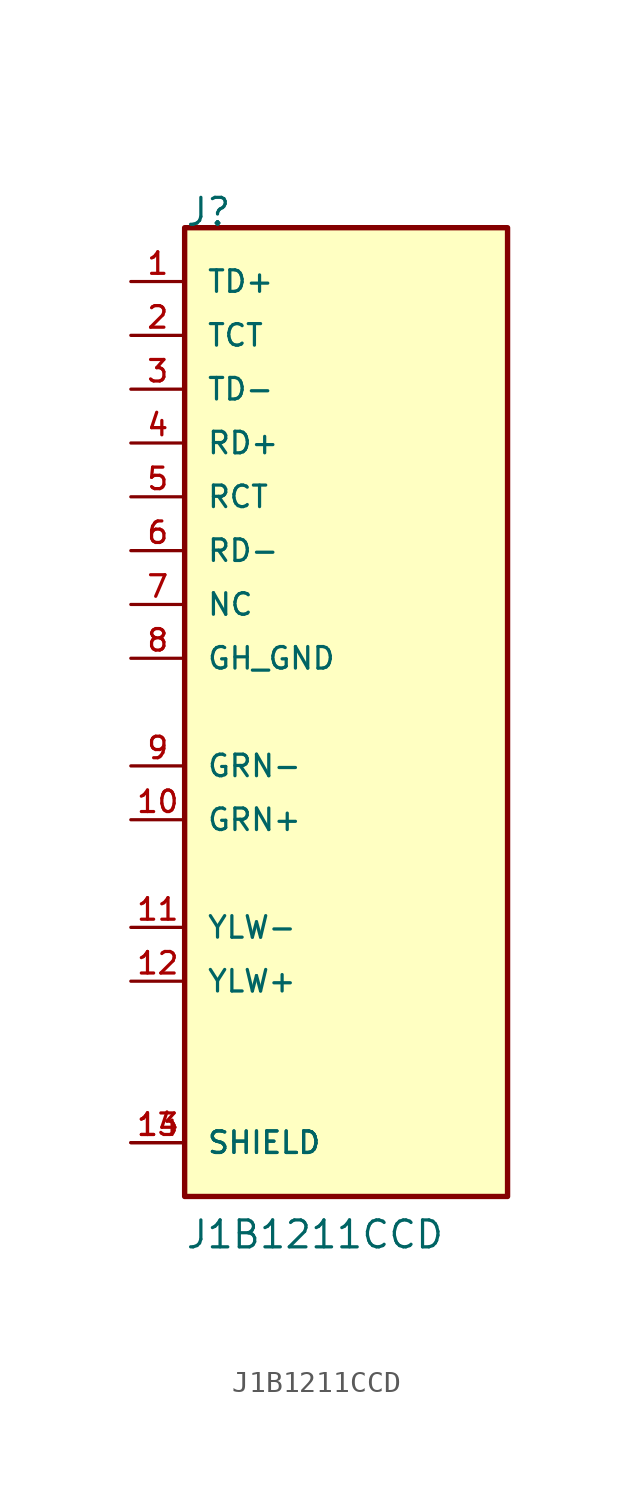
<source format=kicad_sym>
(kicad_symbol_lib
  (version 20211014)
  (generator kicad_symbol_editor)
  (symbol "J1B1211CCD"
    (pin_names
      (offset 1.016))
    (property "Reference" "J"
      (at -7.62 22.86 0)
      (effects (font (size 1.27 1.27)) (justify left bottom)))
    (property "Value" "J1B1211CCD"
      (at -7.62 -25.4 0)
      (effects (font (size 1.27 1.27)) (justify left bottom)))
    (symbol "J1B1211CCD_0_0"
      (rectangle (start -7.62 -22.86) (end 7.62 22.86) (stroke (width 0.254) (type default) (color 0 0 0 0)) (fill (type background)))
      (pin passive line (at -10.16 20.32 0) (length 2.54) (name "TD+" (effects (font (size 1.016 1.016)))) (number "1" (effects (font (size 1.016 1.016)))))
      (pin passive line (at -10.16 -5.08 0) (length 2.54) (name "GRN+" (effects (font (size 1.016 1.016)))) (number "10" (effects (font (size 1.016 1.016)))))
      (pin passive line (at -10.16 -10.16 0) (length 2.54) (name "YLW-" (effects (font (size 1.016 1.016)))) (number "11" (effects (font (size 1.016 1.016)))))
      (pin passive line (at -10.16 -12.7 0) (length 2.54) (name "YLW+" (effects (font (size 1.016 1.016)))) (number "12" (effects (font (size 1.016 1.016)))))
      (pin passive line (at -10.16 -20.32 0) (length 2.54) (name "SHIELD" (effects (font (size 1.016 1.016)))) (number "13" (effects (font (size 1.016 1.016)))))
      (pin passive line (at -10.16 -20.32 0) (length 2.54) (name "SHIELD" (effects (font (size 1.016 1.016)))) (number "14" (effects (font (size 1.016 1.016)))))
      (pin passive line (at -10.16 17.78 0) (length 2.54) (name "TCT" (effects (font (size 1.016 1.016)))) (number "2" (effects (font (size 1.016 1.016)))))
      (pin passive line (at -10.16 15.24 0) (length 2.54) (name "TD-" (effects (font (size 1.016 1.016)))) (number "3" (effects (font (size 1.016 1.016)))))
      (pin passive line (at -10.16 12.7 0) (length 2.54) (name "RD+" (effects (font (size 1.016 1.016)))) (number "4" (effects (font (size 1.016 1.016)))))
      (pin passive line (at -10.16 10.16 0) (length 2.54) (name "RCT" (effects (font (size 1.016 1.016)))) (number "5" (effects (font (size 1.016 1.016)))))
      (pin passive line (at -10.16 7.62 0) (length 2.54) (name "RD-" (effects (font (size 1.016 1.016)))) (number "6" (effects (font (size 1.016 1.016)))))
      (pin passive line (at -10.16 5.08 0) (length 2.54) (name "NC" (effects (font (size 1.016 1.016)))) (number "7" (effects (font (size 1.016 1.016)))))
      (pin passive line (at -10.16 2.54 0) (length 2.54) (name "GH_GND" (effects (font (size 1.016 1.016)))) (number "8" (effects (font (size 1.016 1.016)))))
      (pin passive line (at -10.16 -2.54 0) (length 2.54) (name "GRN-" (effects (font (size 1.016 1.016)))) (number "9" (effects (font (size 1.016 1.016))))))))
</source>
